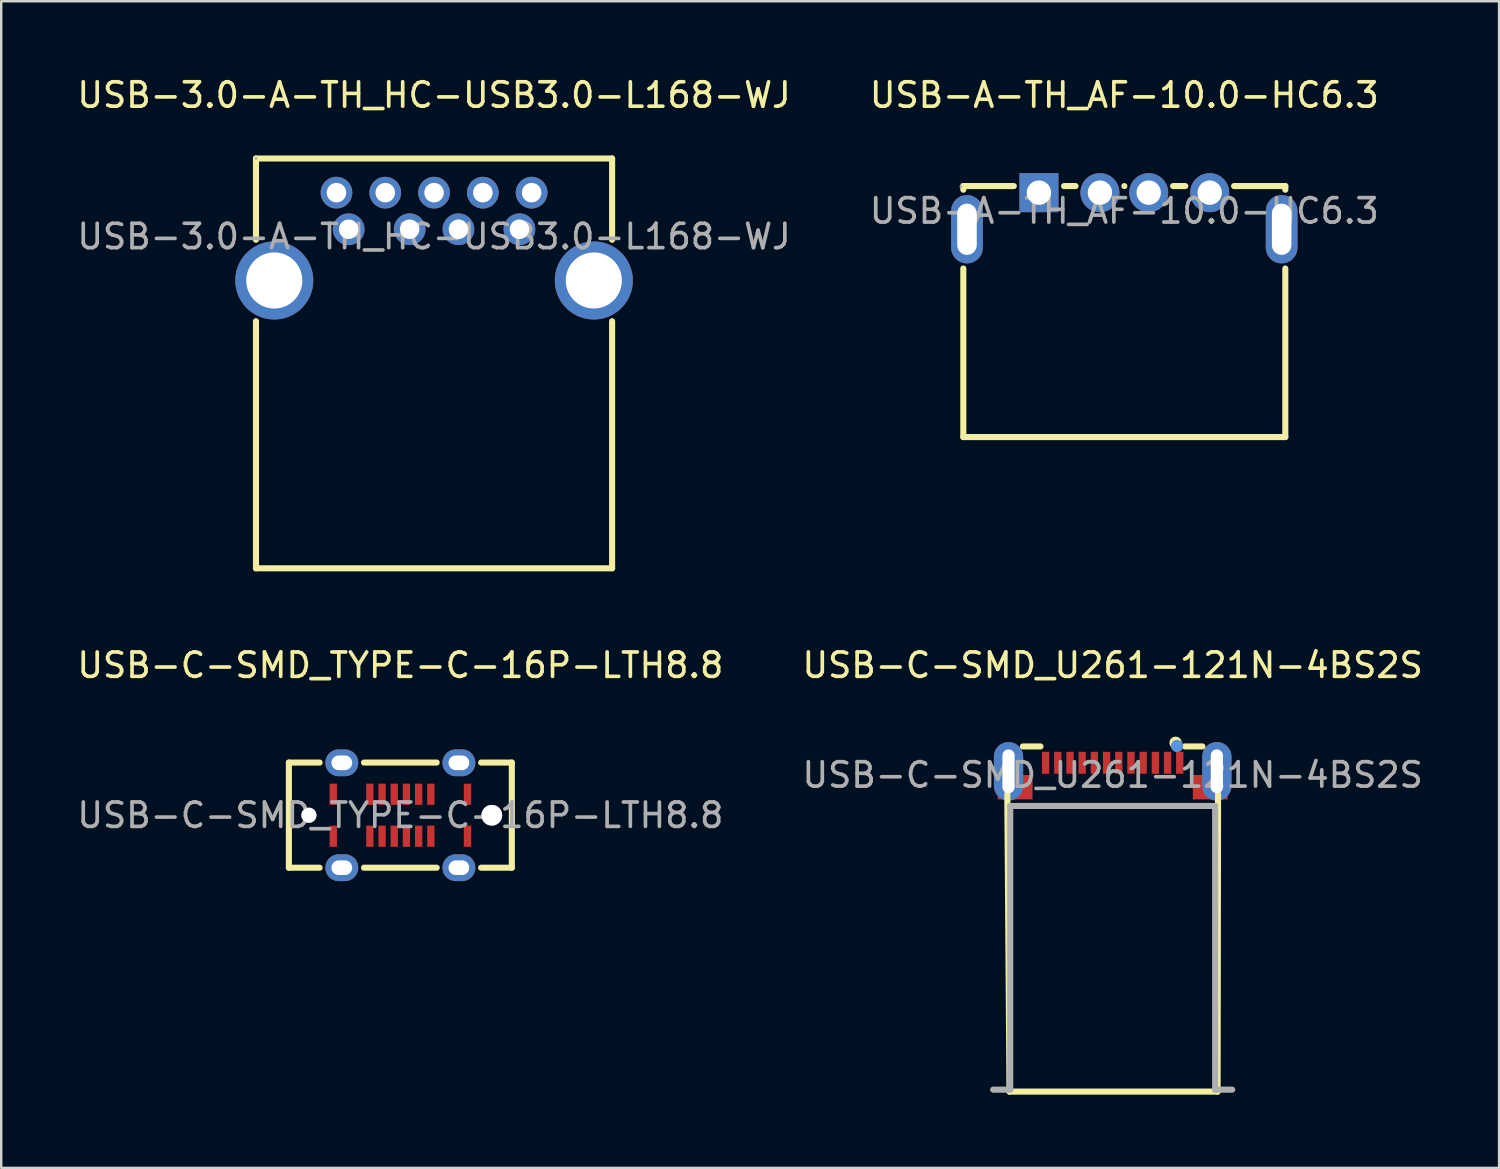
<source format=kicad_pcb>
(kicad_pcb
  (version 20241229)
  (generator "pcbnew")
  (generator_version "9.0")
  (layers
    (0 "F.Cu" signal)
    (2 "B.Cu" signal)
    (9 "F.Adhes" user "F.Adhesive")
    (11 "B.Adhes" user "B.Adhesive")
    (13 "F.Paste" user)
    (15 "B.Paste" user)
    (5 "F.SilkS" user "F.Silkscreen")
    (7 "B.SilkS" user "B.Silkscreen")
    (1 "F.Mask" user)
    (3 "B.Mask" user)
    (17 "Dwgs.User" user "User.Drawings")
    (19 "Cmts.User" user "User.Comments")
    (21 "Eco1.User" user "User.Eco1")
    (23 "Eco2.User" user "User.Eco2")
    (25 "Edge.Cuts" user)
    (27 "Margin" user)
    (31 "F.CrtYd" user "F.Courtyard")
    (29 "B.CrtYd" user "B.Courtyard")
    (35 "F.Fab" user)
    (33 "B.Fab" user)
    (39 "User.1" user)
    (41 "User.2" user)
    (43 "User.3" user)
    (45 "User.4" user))
  (footprint "USB-3.0-A-TH_HC-USB3.0-L168-WJ"
    (layer "F.Cu")
    (at 14.744 6.648)
    (property "Reference" "USB-3.0-A-TH_HC-USB3.0-L168-WJ" (at 0 -5.8 0) (layer "F.SilkS") (effects (font (size 1 1) (thickness 0.15))))
    (attr through_hole)
    (fp_line (start -7.3 -3.2) (end -7.3 0.13) (stroke (width 0.25) (type solid)) (layer "F.SilkS"))
    (fp_line (start -7.3 3.47) (end -7.3 13.6) (stroke (width 0.25) (type solid)) (layer "F.SilkS"))
    (fp_line (start 7.3 -3.2) (end -7.3 -3.2) (stroke (width 0.25) (type solid)) (layer "F.SilkS"))
    (fp_line (start 7.3 -3.2) (end 7.3 0.13) (stroke (width 0.25) (type solid)) (layer "F.SilkS"))
    (fp_line (start 7.3 3.47) (end 7.3 13.6) (stroke (width 0.25) (type solid)) (layer "F.SilkS"))
    (fp_line (start 7.3 13.6) (end -7.3 13.6) (stroke (width 0.25) (type solid)) (layer "F.SilkS"))
    (fp_circle (center -7.3 -3.2) (end -7.27 -3.2) (stroke (width 0.06) (type solid)) (fill no) (layer "F.Fab"))
    (fp_text user "${REFERENCE}" (at 0 0 0) (layer "F.Fab") (effects (font (size 1 1) (thickness 0.15))))
    (pad "1" thru_hole circle (at -3.5 -0.3) (size 1.3 1.3) (drill 0.8) (layers "*.Cu" "*.Mask"))
    (pad "2" thru_hole circle (at -1 -0.3) (size 1.3 1.3) (drill 0.8) (layers "*.Cu" "*.Mask"))
    (pad "3" thru_hole circle (at 1 -0.3) (size 1.3 1.3) (drill 0.8) (layers "*.Cu" "*.Mask"))
    (pad "4" thru_hole circle (at 3.5 -0.3) (size 1.3 1.3) (drill 0.8) (layers "*.Cu" "*.Mask"))
    (pad "5" thru_hole circle (at 4 -1.8) (size 1.3 1.3) (drill 0.8) (layers "*.Cu" "*.Mask"))
    (pad "6" thru_hole circle (at 2 -1.8) (size 1.3 1.3) (drill 0.8) (layers "*.Cu" "*.Mask"))
    (pad "7" thru_hole circle (at 0 -1.8) (size 1.3 1.3) (drill 0.8) (layers "*.Cu" "*.Mask"))
    (pad "8" thru_hole circle (at -2 -1.8) (size 1.3 1.3) (drill 0.8) (layers "*.Cu" "*.Mask"))
    (pad "9" thru_hole circle (at -4 -1.8) (size 1.3 1.3) (drill 0.8) (layers "*.Cu" "*.Mask"))
    (pad "10" thru_hole circle (at 6.55 1.8) (size 3.2 3.2) (drill 2.3) (layers "*.Cu" "*.Mask"))
    (pad "11" thru_hole circle (at -6.55 1.8) (size 3.2 3.2) (drill 2.3) (layers "*.Cu" "*.Mask")))
  (footprint "USB-A-TH_AF-10.0-HC6.3"
    (layer "F.Cu")
    (at 43.042 5.598)
    (property "Reference" "USB-A-TH_AF-10.0-HC6.3" (at 0 -4.75 0) (layer "F.SilkS") (effects (font (size 1 1) (thickness 0.15))))
    (attr through_hole)
    (fp_line (start -6.6 -1.02) (end -4.53 -1.02) (stroke (width 0.25) (type solid)) (layer "F.SilkS"))
    (fp_line (start -6.6 -0.87) (end -6.6 -1.02) (stroke (width 0.25) (type solid)) (layer "F.SilkS"))
    (fp_line (start -6.6 9.27) (end -6.6 2.36) (stroke (width 0.25) (type solid)) (layer "F.SilkS"))
    (fp_line (start -2.47 -1.02) (end -2 -1.02) (stroke (width 0.25) (type solid)) (layer "F.SilkS"))
    (fp_line (start 0 -1.02) (end 0 -1.02) (stroke (width 0.25) (type solid)) (layer "F.SilkS"))
    (fp_line (start 2 -1.02) (end 2.5 -1.02) (stroke (width 0.25) (type solid)) (layer "F.SilkS"))
    (fp_line (start 4.5 -1.02) (end 6.6 -1.02) (stroke (width 0.25) (type solid)) (layer "F.SilkS"))
    (fp_line (start 6.6 -1.02) (end 6.6 -0.87) (stroke (width 0.25) (type solid)) (layer "F.SilkS"))
    (fp_line (start 6.6 2.36) (end 6.6 9.27) (stroke (width 0.25) (type solid)) (layer "F.SilkS"))
    (fp_line (start 6.6 9.27) (end -6.6 9.27) (stroke (width 0.25) (type solid)) (layer "F.SilkS"))
    (fp_circle (center -6.7 -1) (end -6.67 -1) (stroke (width 0.06) (type solid)) (fill no) (layer "F.Fab"))
    (fp_text user "${REFERENCE}" (at 0 0 0) (layer "F.Fab") (effects (font (size 1 1) (thickness 0.15))))
    (pad "1" thru_hole rect (at -3.5 -0.75 180) (size 1.6 1.6) (drill 1) (layers "*.Cu" "*.Mask"))
    (pad "2" thru_hole circle (at -1 -0.75 180) (size 1.6 1.6) (drill 1) (layers "*.Cu" "*.Mask"))
    (pad "3" thru_hole circle (at 1 -0.75 180) (size 1.6 1.6) (drill 1) (layers "*.Cu" "*.Mask"))
    (pad "4" thru_hole circle (at 3.5 -0.75 180) (size 1.6 1.6) (drill 1) (layers "*.Cu" "*.Mask"))
    (pad "5" thru_hole oval (at -6.45 0.75 180) (size 1.3 2.8) (drill oval 0.8 2.1) (layers "*.Cu" "*.Mask"))
    (pad "6" thru_hole oval (at 6.45 0.75 180) (size 1.3 2.8) (drill oval 0.8 2.1) (layers "*.Cu" "*.Mask")))
  (footprint "USB-C-SMD_TYPE-C-16P-LTH8.8"
    (layer "F.Cu")
    (at 13.363 30.372)
    (property "Reference" "USB-C-SMD_TYPE-C-16P-LTH8.8" (at 0 -6.15 0) (layer "F.SilkS") (effects (font (size 1 1) (thickness 0.15))))
    (attr smd)
    (fp_line (start -4.57 -2.16) (end -4.57 2.15) (stroke (width 0.25) (type solid)) (layer "F.SilkS"))
    (fp_line (start -4.57 2.15) (end -3.31 2.15) (stroke (width 0.25) (type solid)) (layer "F.SilkS"))
    (fp_line (start -3.31 -2.16) (end -4.57 -2.16) (stroke (width 0.25) (type solid)) (layer "F.SilkS"))
    (fp_line (start 1.49 -2.16) (end -1.49 -2.16) (stroke (width 0.25) (type solid)) (layer "F.SilkS"))
    (fp_line (start 1.49 2.15) (end -1.49 2.15) (stroke (width 0.25) (type solid)) (layer "F.SilkS"))
    (fp_line (start 3.31 2.15) (end 4.57 2.15) (stroke (width 0.25) (type solid)) (layer "F.SilkS"))
    (fp_line (start 4.57 -2.16) (end 3.31 -2.16) (stroke (width 0.25) (type solid)) (layer "F.SilkS"))
    (fp_line (start 4.57 2.15) (end 4.57 -2.16) (stroke (width 0.25) (type solid)) (layer "F.SilkS"))
    (fp_text user "${REFERENCE}" (at 0 0 0) (layer "F.Fab") (effects (font (size 1 1) (thickness 0.15))))
    (pad "" thru_hole circle (at -3.75 0) (size 0.62 0.62) (drill 0.62) (layers "*.Cu" "*.Mask"))
    (pad "" thru_hole circle (at 3.75 0) (size 0.85 0.85) (drill 0.85) (layers "*.Cu" "*.Mask"))
    (pad "13" thru_hole oval (at -2.4 -2.15 90) (size 1.1 1.35) (drill oval 0.6 0.85) (layers "*.Cu" "*.Mask"))
    (pad "14" thru_hole oval (at 2.4 -2.15 90) (size 1.1 1.35) (drill oval 0.6 0.85) (layers "*.Cu" "*.Mask"))
    (pad "15" thru_hole oval (at 2.4 2.15 90) (size 1.1 1.35) (drill oval 0.6 0.85) (layers "*.Cu" "*.Mask"))
    (pad "16" thru_hole oval (at -2.4 2.15 90) (size 1.1 1.35) (drill oval 0.6 0.85) (layers "*.Cu" "*.Mask"))
    (pad "A1" smd rect (at -2.75 -0.86) (size 0.3 0.87) (layers "F.Cu" "F.Mask" "F.Paste"))
    (pad "A4" smd rect (at -1.25 -0.86) (size 0.3 0.87) (layers "F.Cu" "F.Mask" "F.Paste"))
    (pad "A5" smd rect (at -0.75 -0.86) (size 0.3 0.87) (layers "F.Cu" "F.Mask" "F.Paste"))
    (pad "A6" smd rect (at -0.25 -0.86) (size 0.3 0.87) (layers "F.Cu" "F.Mask" "F.Paste"))
    (pad "A7" smd rect (at 0.25 -0.86) (size 0.3 0.87) (layers "F.Cu" "F.Mask" "F.Paste"))
    (pad "A8" smd rect (at 0.75 -0.86) (size 0.3 0.87) (layers "F.Cu" "F.Mask" "F.Paste"))
    (pad "A9" smd rect (at 1.25 -0.86) (size 0.3 0.87) (layers "F.Cu" "F.Mask" "F.Paste"))
    (pad "A12" smd rect (at 2.75 -0.86) (size 0.3 0.87) (layers "F.Cu" "F.Mask" "F.Paste"))
    (pad "B1" smd rect (at 2.75 0.86) (size 0.3 0.87) (layers "F.Cu" "F.Mask" "F.Paste"))
    (pad "B4" smd rect (at 1.25 0.86) (size 0.3 0.87) (layers "F.Cu" "F.Mask" "F.Paste"))
    (pad "B5" smd rect (at 0.75 0.86) (size 0.3 0.87) (layers "F.Cu" "F.Mask" "F.Paste"))
    (pad "B6" smd rect (at 0.25 0.86) (size 0.3 0.87) (layers "F.Cu" "F.Mask" "F.Paste"))
    (pad "B7" smd rect (at -0.25 0.86) (size 0.3 0.87) (layers "F.Cu" "F.Mask" "F.Paste"))
    (pad "B8" smd rect (at -0.75 0.86) (size 0.3 0.87) (layers "F.Cu" "F.Mask" "F.Paste"))
    (pad "B9" smd rect (at -1.25 0.86) (size 0.3 0.87) (layers "F.Cu" "F.Mask" "F.Paste"))
    (pad "B12" smd rect (at -2.75 0.86) (size 0.3 0.87) (layers "F.Cu" "F.Mask" "F.Paste")))
  (footprint "USB-C-SMD_U261-121N-4BS2S"
    (layer "F.Cu")
    (at 42.565 28.721)
    (property "Reference" "USB-C-SMD_U261-121N-4BS2S" (at 0 -4.5 0) (layer "F.SilkS") (effects (font (size 1 1) (thickness 0.15))))
    (attr smd)
    (fp_line (start -4.32 0.78) (end -4.23 12.98) (stroke (width 0.25) (type solid)) (layer "F.SilkS"))
    (fp_line (start -4.23 12.98) (end 4.3 12.98) (stroke (width 0.25) (type solid)) (layer "F.SilkS"))
    (fp_line (start -3.68 -1.17) (end -2.96 -1.17) (stroke (width 0.25) (type solid)) (layer "F.SilkS"))
    (fp_line (start 2.96 -1.17) (end 3.68 -1.17) (stroke (width 0.25) (type solid)) (layer "F.SilkS"))
    (fp_line (start 4.3 12.98) (end 4.32 0.78) (stroke (width 0.25) (type solid)) (layer "F.SilkS"))
    (fp_circle (center 2.58 -1.32) (end 2.71 -1.32) (stroke (width 0.25) (type solid)) (fill no) (layer "F.SilkS"))
    (fp_circle (center 2.64 -1.19) (end 2.77 -1.19) (stroke (width 0.25) (type solid)) (fill no) (layer "Cmts.User"))
    (fp_line (start -4.2 1.27) (end -4.2 12.9) (stroke (width 0.25) (type solid)) (layer "F.Fab"))
    (fp_line (start -4.2 1.27) (end 4.2 1.27) (stroke (width 0.25) (type solid)) (layer "F.Fab"))
    (fp_line (start -4.2 12.9) (end -4.9 12.9) (stroke (width 0.25) (type solid)) (layer "F.Fab"))
    (fp_line (start 4.2 1.27) (end 4.2 12.9) (stroke (width 0.25) (type solid)) (layer "F.Fab"))
    (fp_line (start 4.2 12.9) (end 4.9 12.9) (stroke (width 0.25) (type solid)) (layer "F.Fab"))
    (fp_circle (center 4.4 -0.9) (end 4.43 -0.9) (stroke (width 0.06) (type solid)) (fill no) (layer "F.Fab"))
    (fp_text user "${REFERENCE}" (at 0 0 0) (layer "F.Fab") (effects (font (size 1 1) (thickness 0.15))))
    (pad "25" thru_hole oval (at -4.27 -0.15) (size 1.2 2.4) (drill oval 0.5 1.8) (layers "*.Cu" "*.Mask"))
    (pad "25" smd rect (at -4 0.5 90) (size 1 1.43) (layers "F.Cu" "F.Mask" "F.Paste"))
    (pad "26" smd rect (at 4 0.5 90) (size 1 1.43) (layers "F.Cu" "F.Mask" "F.Paste"))
    (pad "26" thru_hole oval (at 4.27 -0.15) (size 1.2 2.4) (drill oval 0.5 1.8) (layers "*.Cu" "*.Mask"))
    (pad "A1" smd rect (at 2.75 -0.5) (size 0.3 0.9) (layers "F.Cu" "F.Mask" "F.Paste"))
    (pad "A2" smd rect (at 2.25 -0.5) (size 0.3 0.9) (layers "F.Cu" "F.Mask" "F.Paste"))
    (pad "A3" smd rect (at 1.75 -0.5) (size 0.3 0.9) (layers "F.Cu" "F.Mask" "F.Paste"))
    (pad "A4" smd rect (at 1.25 -0.5) (size 0.3 0.9) (layers "F.Cu" "F.Mask" "F.Paste"))
    (pad "A5" smd rect (at -1.25 -0.5) (size 0.3 0.9) (layers "F.Cu" "F.Mask" "F.Paste"))
    (pad "A6" smd rect (at -1.75 -0.5) (size 0.3 0.9) (layers "F.Cu" "F.Mask" "F.Paste"))
    (pad "A7" smd rect (at -2.25 -0.5) (size 0.3 0.9) (layers "F.Cu" "F.Mask" "F.Paste"))
    (pad "A12" smd rect (at -2.75 -0.5) (size 0.3 0.9) (layers "F.Cu" "F.Mask" "F.Paste"))
    (pad "B9" smd rect (at -0.75 -0.5) (size 0.3 0.9) (layers "F.Cu" "F.Mask" "F.Paste"))
    (pad "B10" smd rect (at -0.25 -0.5) (size 0.3 0.9) (layers "F.Cu" "F.Mask" "F.Paste"))
    (pad "B11" smd rect (at 0.25 -0.5) (size 0.3 0.9) (layers "F.Cu" "F.Mask" "F.Paste"))
    (pad "B12" smd rect (at 0.75 -0.5) (size 0.3 0.9) (layers "F.Cu" "F.Mask" "F.Paste")))
  (gr_rect
    (start -3 -3)
    (end 58.405 44.827)
    (stroke (width 0.1) (type default))
    (fill no)
    (layer "Edge.Cuts")))
</source>
